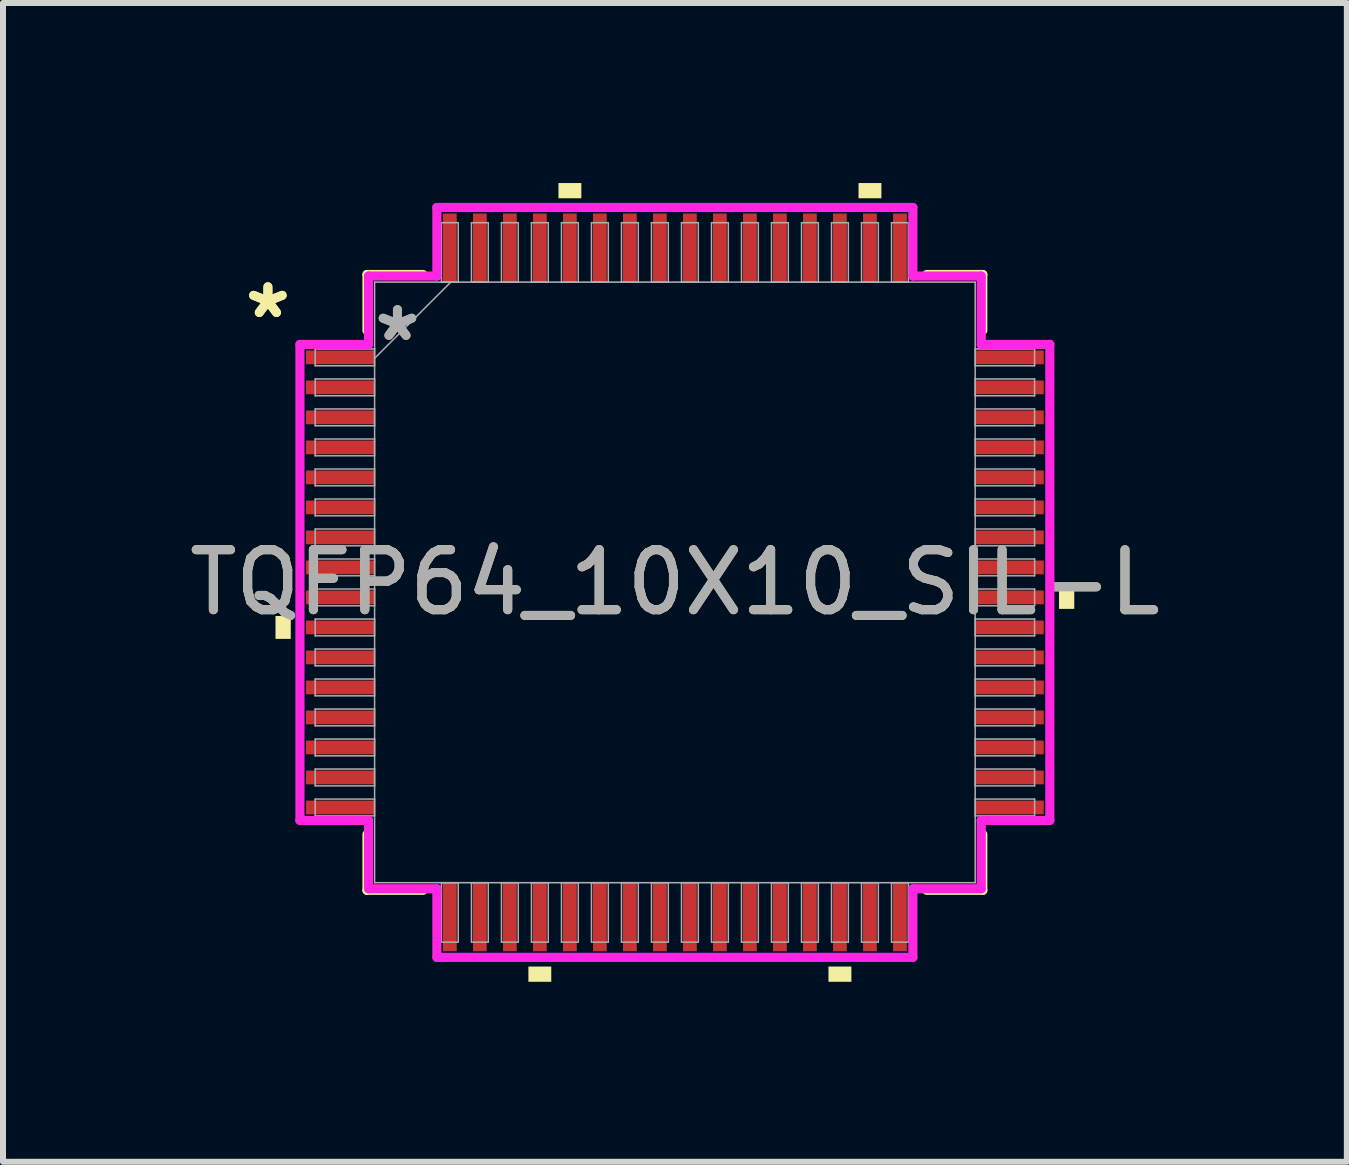
<source format=kicad_pcb>
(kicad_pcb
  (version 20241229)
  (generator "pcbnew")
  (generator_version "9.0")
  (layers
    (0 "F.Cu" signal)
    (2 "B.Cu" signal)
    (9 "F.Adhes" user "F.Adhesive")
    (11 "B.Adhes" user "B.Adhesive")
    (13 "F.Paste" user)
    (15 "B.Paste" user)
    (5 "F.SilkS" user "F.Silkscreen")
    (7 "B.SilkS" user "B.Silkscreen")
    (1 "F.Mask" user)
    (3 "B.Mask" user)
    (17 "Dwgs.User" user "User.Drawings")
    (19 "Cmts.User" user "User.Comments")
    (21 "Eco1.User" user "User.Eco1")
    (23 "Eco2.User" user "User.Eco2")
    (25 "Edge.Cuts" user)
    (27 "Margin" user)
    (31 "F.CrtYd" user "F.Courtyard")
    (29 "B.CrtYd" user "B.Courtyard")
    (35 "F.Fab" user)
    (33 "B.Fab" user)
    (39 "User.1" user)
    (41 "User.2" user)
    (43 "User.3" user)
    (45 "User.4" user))
  (footprint "TQFP64_10X10_SIL-L"
    (layer "F.Cu")
    (at 8.196 6.655)
    (property "Reference" "TQFP64_10X10_SIL-L" (at 0 0 0) (unlocked yes) (layer "F.SilkS") (effects (font (size 1 1) (thickness 0.15))))
    (attr smd)
    (fp_line (start -5.131 -5.131) (end -5.131 -4.197) (stroke (width 0.152) (type solid)) (layer "F.SilkS"))
    (fp_line (start -5.131 4.197) (end -5.131 5.131) (stroke (width 0.152) (type solid)) (layer "F.SilkS"))
    (fp_line (start -5.131 5.131) (end -4.197 5.131) (stroke (width 0.152) (type solid)) (layer "F.SilkS"))
    (fp_line (start -4.197 -5.131) (end -5.131 -5.131) (stroke (width 0.152) (type solid)) (layer "F.SilkS"))
    (fp_line (start 4.197 5.131) (end 5.131 5.131) (stroke (width 0.152) (type solid)) (layer "F.SilkS"))
    (fp_line (start 5.131 -5.131) (end 4.197 -5.131) (stroke (width 0.152) (type solid)) (layer "F.SilkS"))
    (fp_line (start 5.131 -4.197) (end 5.131 -5.131) (stroke (width 0.152) (type solid)) (layer "F.SilkS"))
    (fp_line (start 5.131 5.131) (end 5.131 4.197) (stroke (width 0.152) (type solid)) (layer "F.SilkS"))
    (fp_poly (pts (xy -6.655 0.56) (xy -6.655 0.941) (xy -6.401 0.941) (xy -6.401 0.56)) (stroke (width 0) (type solid)) (fill yes) (layer "F.SilkS"))
    (fp_poly (pts (xy -2.441 6.401) (xy -2.441 6.655) (xy -2.06 6.655) (xy -2.06 6.401)) (stroke (width 0) (type solid)) (fill yes) (layer "F.SilkS"))
    (fp_poly (pts (xy -1.94 -6.401) (xy -1.94 -6.655) (xy -1.559 -6.655) (xy -1.559 -6.401)) (stroke (width 0) (type solid)) (fill yes) (layer "F.SilkS"))
    (fp_poly (pts (xy 2.559 6.401) (xy 2.559 6.655) (xy 2.941 6.655) (xy 2.941 6.401)) (stroke (width 0) (type solid)) (fill yes) (layer "F.SilkS"))
    (fp_poly (pts (xy 3.06 -6.401) (xy 3.06 -6.655) (xy 3.441 -6.655) (xy 3.441 -6.401)) (stroke (width 0) (type solid)) (fill yes) (layer "F.SilkS"))
    (fp_poly (pts (xy 6.655 0.059) (xy 6.655 0.441) (xy 6.401 0.441) (xy 6.401 0.059)) (stroke (width 0) (type solid)) (fill yes) (layer "F.SilkS"))
    (fp_line (start -6.248 -3.966) (end -5.105 -3.966) (stroke (width 0.152) (type solid)) (layer "F.CrtYd"))
    (fp_line (start -6.248 3.966) (end -6.248 -3.966) (stroke (width 0.152) (type solid)) (layer "F.CrtYd"))
    (fp_line (start -5.105 -5.105) (end -3.966 -5.105) (stroke (width 0.152) (type solid)) (layer "F.CrtYd"))
    (fp_line (start -5.105 -3.966) (end -5.105 -5.105) (stroke (width 0.152) (type solid)) (layer "F.CrtYd"))
    (fp_line (start -5.105 3.966) (end -6.248 3.966) (stroke (width 0.152) (type solid)) (layer "F.CrtYd"))
    (fp_line (start -5.105 5.105) (end -5.105 3.966) (stroke (width 0.152) (type solid)) (layer "F.CrtYd"))
    (fp_line (start -5.105 5.105) (end -3.966 5.105) (stroke (width 0.152) (type solid)) (layer "F.CrtYd"))
    (fp_line (start -3.966 -6.248) (end 3.966 -6.248) (stroke (width 0.152) (type solid)) (layer "F.CrtYd"))
    (fp_line (start -3.966 -5.105) (end -3.966 -6.248) (stroke (width 0.152) (type solid)) (layer "F.CrtYd"))
    (fp_line (start -3.966 5.105) (end -3.966 6.248) (stroke (width 0.152) (type solid)) (layer "F.CrtYd"))
    (fp_line (start -3.966 6.248) (end 3.966 6.248) (stroke (width 0.152) (type solid)) (layer "F.CrtYd"))
    (fp_line (start 3.966 -6.248) (end 3.966 -5.105) (stroke (width 0.152) (type solid)) (layer "F.CrtYd"))
    (fp_line (start 3.966 -5.105) (end 5.105 -5.105) (stroke (width 0.152) (type solid)) (layer "F.CrtYd"))
    (fp_line (start 3.966 5.105) (end 5.105 5.105) (stroke (width 0.152) (type solid)) (layer "F.CrtYd"))
    (fp_line (start 3.966 6.248) (end 3.966 5.105) (stroke (width 0.152) (type solid)) (layer "F.CrtYd"))
    (fp_line (start 5.105 -3.966) (end 5.105 -5.105) (stroke (width 0.152) (type solid)) (layer "F.CrtYd"))
    (fp_line (start 5.105 3.966) (end 6.248 3.966) (stroke (width 0.152) (type solid)) (layer "F.CrtYd"))
    (fp_line (start 5.105 5.105) (end 5.105 3.966) (stroke (width 0.152) (type solid)) (layer "F.CrtYd"))
    (fp_line (start 6.248 -3.966) (end 5.105 -3.966) (stroke (width 0.152) (type solid)) (layer "F.CrtYd"))
    (fp_line (start 6.248 3.966) (end 6.248 -3.966) (stroke (width 0.152) (type solid)) (layer "F.CrtYd"))
    (fp_line (start -5.994 -3.89) (end -5.994 -3.61) (stroke (width 0.025) (type solid)) (layer "F.Fab"))
    (fp_line (start -5.994 -3.61) (end -5.004 -3.61) (stroke (width 0.025) (type solid)) (layer "F.Fab"))
    (fp_line (start -5.994 -3.39) (end -5.994 -3.11) (stroke (width 0.025) (type solid)) (layer "F.Fab"))
    (fp_line (start -5.994 -3.11) (end -5.004 -3.11) (stroke (width 0.025) (type solid)) (layer "F.Fab"))
    (fp_line (start -5.994 -2.89) (end -5.994 -2.61) (stroke (width 0.025) (type solid)) (layer "F.Fab"))
    (fp_line (start -5.994 -2.61) (end -5.004 -2.61) (stroke (width 0.025) (type solid)) (layer "F.Fab"))
    (fp_line (start -5.994 -2.39) (end -5.994 -2.11) (stroke (width 0.025) (type solid)) (layer "F.Fab"))
    (fp_line (start -5.994 -2.11) (end -5.004 -2.11) (stroke (width 0.025) (type solid)) (layer "F.Fab"))
    (fp_line (start -5.994 -1.89) (end -5.994 -1.61) (stroke (width 0.025) (type solid)) (layer "F.Fab"))
    (fp_line (start -5.994 -1.61) (end -5.004 -1.61) (stroke (width 0.025) (type solid)) (layer "F.Fab"))
    (fp_line (start -5.994 -1.39) (end -5.994 -1.11) (stroke (width 0.025) (type solid)) (layer "F.Fab"))
    (fp_line (start -5.994 -1.11) (end -5.004 -1.11) (stroke (width 0.025) (type solid)) (layer "F.Fab"))
    (fp_line (start -5.994 -0.89) (end -5.994 -0.61) (stroke (width 0.025) (type solid)) (layer "F.Fab"))
    (fp_line (start -5.994 -0.61) (end -5.004 -0.61) (stroke (width 0.025) (type solid)) (layer "F.Fab"))
    (fp_line (start -5.994 -0.39) (end -5.994 -0.11) (stroke (width 0.025) (type solid)) (layer "F.Fab"))
    (fp_line (start -5.994 -0.11) (end -5.004 -0.11) (stroke (width 0.025) (type solid)) (layer "F.Fab"))
    (fp_line (start -5.994 0.11) (end -5.994 0.39) (stroke (width 0.025) (type solid)) (layer "F.Fab"))
    (fp_line (start -5.994 0.39) (end -5.004 0.39) (stroke (width 0.025) (type solid)) (layer "F.Fab"))
    (fp_line (start -5.994 0.61) (end -5.994 0.89) (stroke (width 0.025) (type solid)) (layer "F.Fab"))
    (fp_line (start -5.994 0.89) (end -5.004 0.89) (stroke (width 0.025) (type solid)) (layer "F.Fab"))
    (fp_line (start -5.994 1.11) (end -5.994 1.39) (stroke (width 0.025) (type solid)) (layer "F.Fab"))
    (fp_line (start -5.994 1.39) (end -5.004 1.39) (stroke (width 0.025) (type solid)) (layer "F.Fab"))
    (fp_line (start -5.994 1.61) (end -5.994 1.89) (stroke (width 0.025) (type solid)) (layer "F.Fab"))
    (fp_line (start -5.994 1.89) (end -5.004 1.89) (stroke (width 0.025) (type solid)) (layer "F.Fab"))
    (fp_line (start -5.994 2.11) (end -5.994 2.39) (stroke (width 0.025) (type solid)) (layer "F.Fab"))
    (fp_line (start -5.994 2.39) (end -5.004 2.39) (stroke (width 0.025) (type solid)) (layer "F.Fab"))
    (fp_line (start -5.994 2.61) (end -5.994 2.89) (stroke (width 0.025) (type solid)) (layer "F.Fab"))
    (fp_line (start -5.994 2.89) (end -5.004 2.89) (stroke (width 0.025) (type solid)) (layer "F.Fab"))
    (fp_line (start -5.994 3.11) (end -5.994 3.39) (stroke (width 0.025) (type solid)) (layer "F.Fab"))
    (fp_line (start -5.994 3.39) (end -5.004 3.39) (stroke (width 0.025) (type solid)) (layer "F.Fab"))
    (fp_line (start -5.994 3.61) (end -5.994 3.89) (stroke (width 0.025) (type solid)) (layer "F.Fab"))
    (fp_line (start -5.994 3.89) (end -5.004 3.89) (stroke (width 0.025) (type solid)) (layer "F.Fab"))
    (fp_line (start -5.004 -5.004) (end -5.004 5.004) (stroke (width 0.025) (type solid)) (layer "F.Fab"))
    (fp_line (start -5.004 -3.89) (end -5.994 -3.89) (stroke (width 0.025) (type solid)) (layer "F.Fab"))
    (fp_line (start -5.004 -3.734) (end -3.734 -5.004) (stroke (width 0.025) (type solid)) (layer "F.Fab"))
    (fp_line (start -5.004 -3.61) (end -5.004 -3.89) (stroke (width 0.025) (type solid)) (layer "F.Fab"))
    (fp_line (start -5.004 -3.39) (end -5.994 -3.39) (stroke (width 0.025) (type solid)) (layer "F.Fab"))
    (fp_line (start -5.004 -3.11) (end -5.004 -3.39) (stroke (width 0.025) (type solid)) (layer "F.Fab"))
    (fp_line (start -5.004 -2.89) (end -5.994 -2.89) (stroke (width 0.025) (type solid)) (layer "F.Fab"))
    (fp_line (start -5.004 -2.61) (end -5.004 -2.89) (stroke (width 0.025) (type solid)) (layer "F.Fab"))
    (fp_line (start -5.004 -2.39) (end -5.994 -2.39) (stroke (width 0.025) (type solid)) (layer "F.Fab"))
    (fp_line (start -5.004 -2.11) (end -5.004 -2.39) (stroke (width 0.025) (type solid)) (layer "F.Fab"))
    (fp_line (start -5.004 -1.89) (end -5.994 -1.89) (stroke (width 0.025) (type solid)) (layer "F.Fab"))
    (fp_line (start -5.004 -1.61) (end -5.004 -1.89) (stroke (width 0.025) (type solid)) (layer "F.Fab"))
    (fp_line (start -5.004 -1.39) (end -5.994 -1.39) (stroke (width 0.025) (type solid)) (layer "F.Fab"))
    (fp_line (start -5.004 -1.11) (end -5.004 -1.39) (stroke (width 0.025) (type solid)) (layer "F.Fab"))
    (fp_line (start -5.004 -0.89) (end -5.994 -0.89) (stroke (width 0.025) (type solid)) (layer "F.Fab"))
    (fp_line (start -5.004 -0.61) (end -5.004 -0.89) (stroke (width 0.025) (type solid)) (layer "F.Fab"))
    (fp_line (start -5.004 -0.39) (end -5.994 -0.39) (stroke (width 0.025) (type solid)) (layer "F.Fab"))
    (fp_line (start -5.004 -0.11) (end -5.004 -0.39) (stroke (width 0.025) (type solid)) (layer "F.Fab"))
    (fp_line (start -5.004 0.11) (end -5.994 0.11) (stroke (width 0.025) (type solid)) (layer "F.Fab"))
    (fp_line (start -5.004 0.39) (end -5.004 0.11) (stroke (width 0.025) (type solid)) (layer "F.Fab"))
    (fp_line (start -5.004 0.61) (end -5.994 0.61) (stroke (width 0.025) (type solid)) (layer "F.Fab"))
    (fp_line (start -5.004 0.89) (end -5.004 0.61) (stroke (width 0.025) (type solid)) (layer "F.Fab"))
    (fp_line (start -5.004 1.11) (end -5.994 1.11) (stroke (width 0.025) (type solid)) (layer "F.Fab"))
    (fp_line (start -5.004 1.39) (end -5.004 1.11) (stroke (width 0.025) (type solid)) (layer "F.Fab"))
    (fp_line (start -5.004 1.61) (end -5.994 1.61) (stroke (width 0.025) (type solid)) (layer "F.Fab"))
    (fp_line (start -5.004 1.89) (end -5.004 1.61) (stroke (width 0.025) (type solid)) (layer "F.Fab"))
    (fp_line (start -5.004 2.11) (end -5.994 2.11) (stroke (width 0.025) (type solid)) (layer "F.Fab"))
    (fp_line (start -5.004 2.39) (end -5.004 2.11) (stroke (width 0.025) (type solid)) (layer "F.Fab"))
    (fp_line (start -5.004 2.61) (end -5.994 2.61) (stroke (width 0.025) (type solid)) (layer "F.Fab"))
    (fp_line (start -5.004 2.89) (end -5.004 2.61) (stroke (width 0.025) (type solid)) (layer "F.Fab"))
    (fp_line (start -5.004 3.11) (end -5.994 3.11) (stroke (width 0.025) (type solid)) (layer "F.Fab"))
    (fp_line (start -5.004 3.39) (end -5.004 3.11) (stroke (width 0.025) (type solid)) (layer "F.Fab"))
    (fp_line (start -5.004 3.61) (end -5.994 3.61) (stroke (width 0.025) (type solid)) (layer "F.Fab"))
    (fp_line (start -5.004 3.89) (end -5.004 3.61) (stroke (width 0.025) (type solid)) (layer "F.Fab"))
    (fp_line (start -5.004 5.004) (end 5.004 5.004) (stroke (width 0.025) (type solid)) (layer "F.Fab"))
    (fp_line (start -3.89 -5.994) (end -3.89 -5.004) (stroke (width 0.025) (type solid)) (layer "F.Fab"))
    (fp_line (start -3.89 -5.004) (end -3.61 -5.004) (stroke (width 0.025) (type solid)) (layer "F.Fab"))
    (fp_line (start -3.89 5.004) (end -3.89 5.994) (stroke (width 0.025) (type solid)) (layer "F.Fab"))
    (fp_line (start -3.89 5.994) (end -3.61 5.994) (stroke (width 0.025) (type solid)) (layer "F.Fab"))
    (fp_line (start -3.61 -5.994) (end -3.89 -5.994) (stroke (width 0.025) (type solid)) (layer "F.Fab"))
    (fp_line (start -3.61 -5.004) (end -3.61 -5.994) (stroke (width 0.025) (type solid)) (layer "F.Fab"))
    (fp_line (start -3.61 5.004) (end -3.89 5.004) (stroke (width 0.025) (type solid)) (layer "F.Fab"))
    (fp_line (start -3.61 5.994) (end -3.61 5.004) (stroke (width 0.025) (type solid)) (layer "F.Fab"))
    (fp_line (start -3.39 -5.994) (end -3.39 -5.004) (stroke (width 0.025) (type solid)) (layer "F.Fab"))
    (fp_line (start -3.39 -5.004) (end -3.11 -5.004) (stroke (width 0.025) (type solid)) (layer "F.Fab"))
    (fp_line (start -3.39 5.004) (end -3.39 5.994) (stroke (width 0.025) (type solid)) (layer "F.Fab"))
    (fp_line (start -3.39 5.994) (end -3.11 5.994) (stroke (width 0.025) (type solid)) (layer "F.Fab"))
    (fp_line (start -3.11 -5.994) (end -3.39 -5.994) (stroke (width 0.025) (type solid)) (layer "F.Fab"))
    (fp_line (start -3.11 -5.004) (end -3.11 -5.994) (stroke (width 0.025) (type solid)) (layer "F.Fab"))
    (fp_line (start -3.11 5.004) (end -3.39 5.004) (stroke (width 0.025) (type solid)) (layer "F.Fab"))
    (fp_line (start -3.11 5.994) (end -3.11 5.004) (stroke (width 0.025) (type solid)) (layer "F.Fab"))
    (fp_line (start -2.89 -5.994) (end -2.89 -5.004) (stroke (width 0.025) (type solid)) (layer "F.Fab"))
    (fp_line (start -2.89 -5.004) (end -2.61 -5.004) (stroke (width 0.025) (type solid)) (layer "F.Fab"))
    (fp_line (start -2.89 5.004) (end -2.89 5.994) (stroke (width 0.025) (type solid)) (layer "F.Fab"))
    (fp_line (start -2.89 5.994) (end -2.61 5.994) (stroke (width 0.025) (type solid)) (layer "F.Fab"))
    (fp_line (start -2.61 -5.994) (end -2.89 -5.994) (stroke (width 0.025) (type solid)) (layer "F.Fab"))
    (fp_line (start -2.61 -5.004) (end -2.61 -5.994) (stroke (width 0.025) (type solid)) (layer "F.Fab"))
    (fp_line (start -2.61 5.004) (end -2.89 5.004) (stroke (width 0.025) (type solid)) (layer "F.Fab"))
    (fp_line (start -2.61 5.994) (end -2.61 5.004) (stroke (width 0.025) (type solid)) (layer "F.Fab"))
    (fp_line (start -2.39 -5.994) (end -2.39 -5.004) (stroke (width 0.025) (type solid)) (layer "F.Fab"))
    (fp_line (start -2.39 -5.004) (end -2.11 -5.004) (stroke (width 0.025) (type solid)) (layer "F.Fab"))
    (fp_line (start -2.39 5.004) (end -2.39 5.994) (stroke (width 0.025) (type solid)) (layer "F.Fab"))
    (fp_line (start -2.39 5.994) (end -2.11 5.994) (stroke (width 0.025) (type solid)) (layer "F.Fab"))
    (fp_line (start -2.11 -5.994) (end -2.39 -5.994) (stroke (width 0.025) (type solid)) (layer "F.Fab"))
    (fp_line (start -2.11 -5.004) (end -2.11 -5.994) (stroke (width 0.025) (type solid)) (layer "F.Fab"))
    (fp_line (start -2.11 5.004) (end -2.39 5.004) (stroke (width 0.025) (type solid)) (layer "F.Fab"))
    (fp_line (start -2.11 5.994) (end -2.11 5.004) (stroke (width 0.025) (type solid)) (layer "F.Fab"))
    (fp_line (start -1.89 -5.994) (end -1.89 -5.004) (stroke (width 0.025) (type solid)) (layer "F.Fab"))
    (fp_line (start -1.89 -5.004) (end -1.61 -5.004) (stroke (width 0.025) (type solid)) (layer "F.Fab"))
    (fp_line (start -1.89 5.004) (end -1.89 5.994) (stroke (width 0.025) (type solid)) (layer "F.Fab"))
    (fp_line (start -1.89 5.994) (end -1.61 5.994) (stroke (width 0.025) (type solid)) (layer "F.Fab"))
    (fp_line (start -1.61 -5.994) (end -1.89 -5.994) (stroke (width 0.025) (type solid)) (layer "F.Fab"))
    (fp_line (start -1.61 -5.004) (end -1.61 -5.994) (stroke (width 0.025) (type solid)) (layer "F.Fab"))
    (fp_line (start -1.61 5.004) (end -1.89 5.004) (stroke (width 0.025) (type solid)) (layer "F.Fab"))
    (fp_line (start -1.61 5.994) (end -1.61 5.004) (stroke (width 0.025) (type solid)) (layer "F.Fab"))
    (fp_line (start -1.39 -5.994) (end -1.39 -5.004) (stroke (width 0.025) (type solid)) (layer "F.Fab"))
    (fp_line (start -1.39 -5.004) (end -1.11 -5.004) (stroke (width 0.025) (type solid)) (layer "F.Fab"))
    (fp_line (start -1.39 5.004) (end -1.39 5.994) (stroke (width 0.025) (type solid)) (layer "F.Fab"))
    (fp_line (start -1.39 5.994) (end -1.11 5.994) (stroke (width 0.025) (type solid)) (layer "F.Fab"))
    (fp_line (start -1.11 -5.994) (end -1.39 -5.994) (stroke (width 0.025) (type solid)) (layer "F.Fab"))
    (fp_line (start -1.11 -5.004) (end -1.11 -5.994) (stroke (width 0.025) (type solid)) (layer "F.Fab"))
    (fp_line (start -1.11 5.004) (end -1.39 5.004) (stroke (width 0.025) (type solid)) (layer "F.Fab"))
    (fp_line (start -1.11 5.994) (end -1.11 5.004) (stroke (width 0.025) (type solid)) (layer "F.Fab"))
    (fp_line (start -0.89 -5.994) (end -0.89 -5.004) (stroke (width 0.025) (type solid)) (layer "F.Fab"))
    (fp_line (start -0.89 -5.004) (end -0.61 -5.004) (stroke (width 0.025) (type solid)) (layer "F.Fab"))
    (fp_line (start -0.89 5.004) (end -0.89 5.994) (stroke (width 0.025) (type solid)) (layer "F.Fab"))
    (fp_line (start -0.89 5.994) (end -0.61 5.994) (stroke (width 0.025) (type solid)) (layer "F.Fab"))
    (fp_line (start -0.61 -5.994) (end -0.89 -5.994) (stroke (width 0.025) (type solid)) (layer "F.Fab"))
    (fp_line (start -0.61 -5.004) (end -0.61 -5.994) (stroke (width 0.025) (type solid)) (layer "F.Fab"))
    (fp_line (start -0.61 5.004) (end -0.89 5.004) (stroke (width 0.025) (type solid)) (layer "F.Fab"))
    (fp_line (start -0.61 5.994) (end -0.61 5.004) (stroke (width 0.025) (type solid)) (layer "F.Fab"))
    (fp_line (start -0.39 -5.994) (end -0.39 -5.004) (stroke (width 0.025) (type solid)) (layer "F.Fab"))
    (fp_line (start -0.39 -5.004) (end -0.11 -5.004) (stroke (width 0.025) (type solid)) (layer "F.Fab"))
    (fp_line (start -0.39 5.004) (end -0.39 5.994) (stroke (width 0.025) (type solid)) (layer "F.Fab"))
    (fp_line (start -0.39 5.994) (end -0.11 5.994) (stroke (width 0.025) (type solid)) (layer "F.Fab"))
    (fp_line (start -0.11 -5.994) (end -0.39 -5.994) (stroke (width 0.025) (type solid)) (layer "F.Fab"))
    (fp_line (start -0.11 -5.004) (end -0.11 -5.994) (stroke (width 0.025) (type solid)) (layer "F.Fab"))
    (fp_line (start -0.11 5.004) (end -0.39 5.004) (stroke (width 0.025) (type solid)) (layer "F.Fab"))
    (fp_line (start -0.11 5.994) (end -0.11 5.004) (stroke (width 0.025) (type solid)) (layer "F.Fab"))
    (fp_line (start 0.11 -5.994) (end 0.11 -5.004) (stroke (width 0.025) (type solid)) (layer "F.Fab"))
    (fp_line (start 0.11 -5.004) (end 0.39 -5.004) (stroke (width 0.025) (type solid)) (layer "F.Fab"))
    (fp_line (start 0.11 5.004) (end 0.11 5.994) (stroke (width 0.025) (type solid)) (layer "F.Fab"))
    (fp_line (start 0.11 5.994) (end 0.39 5.994) (stroke (width 0.025) (type solid)) (layer "F.Fab"))
    (fp_line (start 0.39 -5.994) (end 0.11 -5.994) (stroke (width 0.025) (type solid)) (layer "F.Fab"))
    (fp_line (start 0.39 -5.004) (end 0.39 -5.994) (stroke (width 0.025) (type solid)) (layer "F.Fab"))
    (fp_line (start 0.39 5.004) (end 0.11 5.004) (stroke (width 0.025) (type solid)) (layer "F.Fab"))
    (fp_line (start 0.39 5.994) (end 0.39 5.004) (stroke (width 0.025) (type solid)) (layer "F.Fab"))
    (fp_line (start 0.61 -5.994) (end 0.61 -5.004) (stroke (width 0.025) (type solid)) (layer "F.Fab"))
    (fp_line (start 0.61 -5.004) (end 0.89 -5.004) (stroke (width 0.025) (type solid)) (layer "F.Fab"))
    (fp_line (start 0.61 5.004) (end 0.61 5.994) (stroke (width 0.025) (type solid)) (layer "F.Fab"))
    (fp_line (start 0.61 5.994) (end 0.89 5.994) (stroke (width 0.025) (type solid)) (layer "F.Fab"))
    (fp_line (start 0.89 -5.994) (end 0.61 -5.994) (stroke (width 0.025) (type solid)) (layer "F.Fab"))
    (fp_line (start 0.89 -5.004) (end 0.89 -5.994) (stroke (width 0.025) (type solid)) (layer "F.Fab"))
    (fp_line (start 0.89 5.004) (end 0.61 5.004) (stroke (width 0.025) (type solid)) (layer "F.Fab"))
    (fp_line (start 0.89 5.994) (end 0.89 5.004) (stroke (width 0.025) (type solid)) (layer "F.Fab"))
    (fp_line (start 1.11 -5.994) (end 1.11 -5.004) (stroke (width 0.025) (type solid)) (layer "F.Fab"))
    (fp_line (start 1.11 -5.004) (end 1.39 -5.004) (stroke (width 0.025) (type solid)) (layer "F.Fab"))
    (fp_line (start 1.11 5.004) (end 1.11 5.994) (stroke (width 0.025) (type solid)) (layer "F.Fab"))
    (fp_line (start 1.11 5.994) (end 1.39 5.994) (stroke (width 0.025) (type solid)) (layer "F.Fab"))
    (fp_line (start 1.39 -5.994) (end 1.11 -5.994) (stroke (width 0.025) (type solid)) (layer "F.Fab"))
    (fp_line (start 1.39 -5.004) (end 1.39 -5.994) (stroke (width 0.025) (type solid)) (layer "F.Fab"))
    (fp_line (start 1.39 5.004) (end 1.11 5.004) (stroke (width 0.025) (type solid)) (layer "F.Fab"))
    (fp_line (start 1.39 5.994) (end 1.39 5.004) (stroke (width 0.025) (type solid)) (layer "F.Fab"))
    (fp_line (start 1.61 -5.994) (end 1.61 -5.004) (stroke (width 0.025) (type solid)) (layer "F.Fab"))
    (fp_line (start 1.61 -5.004) (end 1.89 -5.004) (stroke (width 0.025) (type solid)) (layer "F.Fab"))
    (fp_line (start 1.61 5.004) (end 1.61 5.994) (stroke (width 0.025) (type solid)) (layer "F.Fab"))
    (fp_line (start 1.61 5.994) (end 1.89 5.994) (stroke (width 0.025) (type solid)) (layer "F.Fab"))
    (fp_line (start 1.89 -5.994) (end 1.61 -5.994) (stroke (width 0.025) (type solid)) (layer "F.Fab"))
    (fp_line (start 1.89 -5.004) (end 1.89 -5.994) (stroke (width 0.025) (type solid)) (layer "F.Fab"))
    (fp_line (start 1.89 5.004) (end 1.61 5.004) (stroke (width 0.025) (type solid)) (layer "F.Fab"))
    (fp_line (start 1.89 5.994) (end 1.89 5.004) (stroke (width 0.025) (type solid)) (layer "F.Fab"))
    (fp_line (start 2.11 -5.994) (end 2.11 -5.004) (stroke (width 0.025) (type solid)) (layer "F.Fab"))
    (fp_line (start 2.11 -5.004) (end 2.39 -5.004) (stroke (width 0.025) (type solid)) (layer "F.Fab"))
    (fp_line (start 2.11 5.004) (end 2.11 5.994) (stroke (width 0.025) (type solid)) (layer "F.Fab"))
    (fp_line (start 2.11 5.994) (end 2.39 5.994) (stroke (width 0.025) (type solid)) (layer "F.Fab"))
    (fp_line (start 2.39 -5.994) (end 2.11 -5.994) (stroke (width 0.025) (type solid)) (layer "F.Fab"))
    (fp_line (start 2.39 -5.004) (end 2.39 -5.994) (stroke (width 0.025) (type solid)) (layer "F.Fab"))
    (fp_line (start 2.39 5.004) (end 2.11 5.004) (stroke (width 0.025) (type solid)) (layer "F.Fab"))
    (fp_line (start 2.39 5.994) (end 2.39 5.004) (stroke (width 0.025) (type solid)) (layer "F.Fab"))
    (fp_line (start 2.61 -5.994) (end 2.61 -5.004) (stroke (width 0.025) (type solid)) (layer "F.Fab"))
    (fp_line (start 2.61 -5.004) (end 2.89 -5.004) (stroke (width 0.025) (type solid)) (layer "F.Fab"))
    (fp_line (start 2.61 5.004) (end 2.61 5.994) (stroke (width 0.025) (type solid)) (layer "F.Fab"))
    (fp_line (start 2.61 5.994) (end 2.89 5.994) (stroke (width 0.025) (type solid)) (layer "F.Fab"))
    (fp_line (start 2.89 -5.994) (end 2.61 -5.994) (stroke (width 0.025) (type solid)) (layer "F.Fab"))
    (fp_line (start 2.89 -5.004) (end 2.89 -5.994) (stroke (width 0.025) (type solid)) (layer "F.Fab"))
    (fp_line (start 2.89 5.004) (end 2.61 5.004) (stroke (width 0.025) (type solid)) (layer "F.Fab"))
    (fp_line (start 2.89 5.994) (end 2.89 5.004) (stroke (width 0.025) (type solid)) (layer "F.Fab"))
    (fp_line (start 3.11 -5.994) (end 3.11 -5.004) (stroke (width 0.025) (type solid)) (layer "F.Fab"))
    (fp_line (start 3.11 -5.004) (end 3.39 -5.004) (stroke (width 0.025) (type solid)) (layer "F.Fab"))
    (fp_line (start 3.11 5.004) (end 3.11 5.994) (stroke (width 0.025) (type solid)) (layer "F.Fab"))
    (fp_line (start 3.11 5.994) (end 3.39 5.994) (stroke (width 0.025) (type solid)) (layer "F.Fab"))
    (fp_line (start 3.39 -5.994) (end 3.11 -5.994) (stroke (width 0.025) (type solid)) (layer "F.Fab"))
    (fp_line (start 3.39 -5.004) (end 3.39 -5.994) (stroke (width 0.025) (type solid)) (layer "F.Fab"))
    (fp_line (start 3.39 5.004) (end 3.11 5.004) (stroke (width 0.025) (type solid)) (layer "F.Fab"))
    (fp_line (start 3.39 5.994) (end 3.39 5.004) (stroke (width 0.025) (type solid)) (layer "F.Fab"))
    (fp_line (start 3.61 -5.994) (end 3.61 -5.004) (stroke (width 0.025) (type solid)) (layer "F.Fab"))
    (fp_line (start 3.61 -5.004) (end 3.89 -5.004) (stroke (width 0.025) (type solid)) (layer "F.Fab"))
    (fp_line (start 3.61 5.004) (end 3.61 5.994) (stroke (width 0.025) (type solid)) (layer "F.Fab"))
    (fp_line (start 3.61 5.994) (end 3.89 5.994) (stroke (width 0.025) (type solid)) (layer "F.Fab"))
    (fp_line (start 3.89 -5.994) (end 3.61 -5.994) (stroke (width 0.025) (type solid)) (layer "F.Fab"))
    (fp_line (start 3.89 -5.004) (end 3.89 -5.994) (stroke (width 0.025) (type solid)) (layer "F.Fab"))
    (fp_line (start 3.89 5.004) (end 3.61 5.004) (stroke (width 0.025) (type solid)) (layer "F.Fab"))
    (fp_line (start 3.89 5.994) (end 3.89 5.004) (stroke (width 0.025) (type solid)) (layer "F.Fab"))
    (fp_line (start 5.004 -5.004) (end -5.004 -5.004) (stroke (width 0.025) (type solid)) (layer "F.Fab"))
    (fp_line (start 5.004 -3.89) (end 5.004 -3.61) (stroke (width 0.025) (type solid)) (layer "F.Fab"))
    (fp_line (start 5.004 -3.61) (end 5.994 -3.61) (stroke (width 0.025) (type solid)) (layer "F.Fab"))
    (fp_line (start 5.004 -3.39) (end 5.004 -3.11) (stroke (width 0.025) (type solid)) (layer "F.Fab"))
    (fp_line (start 5.004 -3.11) (end 5.994 -3.11) (stroke (width 0.025) (type solid)) (layer "F.Fab"))
    (fp_line (start 5.004 -2.89) (end 5.004 -2.61) (stroke (width 0.025) (type solid)) (layer "F.Fab"))
    (fp_line (start 5.004 -2.61) (end 5.994 -2.61) (stroke (width 0.025) (type solid)) (layer "F.Fab"))
    (fp_line (start 5.004 -2.39) (end 5.004 -2.11) (stroke (width 0.025) (type solid)) (layer "F.Fab"))
    (fp_line (start 5.004 -2.11) (end 5.994 -2.11) (stroke (width 0.025) (type solid)) (layer "F.Fab"))
    (fp_line (start 5.004 -1.89) (end 5.004 -1.61) (stroke (width 0.025) (type solid)) (layer "F.Fab"))
    (fp_line (start 5.004 -1.61) (end 5.994 -1.61) (stroke (width 0.025) (type solid)) (layer "F.Fab"))
    (fp_line (start 5.004 -1.39) (end 5.004 -1.11) (stroke (width 0.025) (type solid)) (layer "F.Fab"))
    (fp_line (start 5.004 -1.11) (end 5.994 -1.11) (stroke (width 0.025) (type solid)) (layer "F.Fab"))
    (fp_line (start 5.004 -0.89) (end 5.004 -0.61) (stroke (width 0.025) (type solid)) (layer "F.Fab"))
    (fp_line (start 5.004 -0.61) (end 5.994 -0.61) (stroke (width 0.025) (type solid)) (layer "F.Fab"))
    (fp_line (start 5.004 -0.39) (end 5.004 -0.11) (stroke (width 0.025) (type solid)) (layer "F.Fab"))
    (fp_line (start 5.004 -0.11) (end 5.994 -0.11) (stroke (width 0.025) (type solid)) (layer "F.Fab"))
    (fp_line (start 5.004 0.11) (end 5.004 0.39) (stroke (width 0.025) (type solid)) (layer "F.Fab"))
    (fp_line (start 5.004 0.39) (end 5.994 0.39) (stroke (width 0.025) (type solid)) (layer "F.Fab"))
    (fp_line (start 5.004 0.61) (end 5.004 0.89) (stroke (width 0.025) (type solid)) (layer "F.Fab"))
    (fp_line (start 5.004 0.89) (end 5.994 0.89) (stroke (width 0.025) (type solid)) (layer "F.Fab"))
    (fp_line (start 5.004 1.11) (end 5.004 1.39) (stroke (width 0.025) (type solid)) (layer "F.Fab"))
    (fp_line (start 5.004 1.39) (end 5.994 1.39) (stroke (width 0.025) (type solid)) (layer "F.Fab"))
    (fp_line (start 5.004 1.61) (end 5.004 1.89) (stroke (width 0.025) (type solid)) (layer "F.Fab"))
    (fp_line (start 5.004 1.89) (end 5.994 1.89) (stroke (width 0.025) (type solid)) (layer "F.Fab"))
    (fp_line (start 5.004 2.11) (end 5.004 2.39) (stroke (width 0.025) (type solid)) (layer "F.Fab"))
    (fp_line (start 5.004 2.39) (end 5.994 2.39) (stroke (width 0.025) (type solid)) (layer "F.Fab"))
    (fp_line (start 5.004 2.61) (end 5.004 2.89) (stroke (width 0.025) (type solid)) (layer "F.Fab"))
    (fp_line (start 5.004 2.89) (end 5.994 2.89) (stroke (width 0.025) (type solid)) (layer "F.Fab"))
    (fp_line (start 5.004 3.11) (end 5.004 3.39) (stroke (width 0.025) (type solid)) (layer "F.Fab"))
    (fp_line (start 5.004 3.39) (end 5.994 3.39) (stroke (width 0.025) (type solid)) (layer "F.Fab"))
    (fp_line (start 5.004 3.61) (end 5.004 3.89) (stroke (width 0.025) (type solid)) (layer "F.Fab"))
    (fp_line (start 5.004 3.89) (end 5.994 3.89) (stroke (width 0.025) (type solid)) (layer "F.Fab"))
    (fp_line (start 5.004 5.004) (end 5.004 -5.004) (stroke (width 0.025) (type solid)) (layer "F.Fab"))
    (fp_line (start 5.994 -3.89) (end 5.004 -3.89) (stroke (width 0.025) (type solid)) (layer "F.Fab"))
    (fp_line (start 5.994 -3.61) (end 5.994 -3.89) (stroke (width 0.025) (type solid)) (layer "F.Fab"))
    (fp_line (start 5.994 -3.39) (end 5.004 -3.39) (stroke (width 0.025) (type solid)) (layer "F.Fab"))
    (fp_line (start 5.994 -3.11) (end 5.994 -3.39) (stroke (width 0.025) (type solid)) (layer "F.Fab"))
    (fp_line (start 5.994 -2.89) (end 5.004 -2.89) (stroke (width 0.025) (type solid)) (layer "F.Fab"))
    (fp_line (start 5.994 -2.61) (end 5.994 -2.89) (stroke (width 0.025) (type solid)) (layer "F.Fab"))
    (fp_line (start 5.994 -2.39) (end 5.004 -2.39) (stroke (width 0.025) (type solid)) (layer "F.Fab"))
    (fp_line (start 5.994 -2.11) (end 5.994 -2.39) (stroke (width 0.025) (type solid)) (layer "F.Fab"))
    (fp_line (start 5.994 -1.89) (end 5.004 -1.89) (stroke (width 0.025) (type solid)) (layer "F.Fab"))
    (fp_line (start 5.994 -1.61) (end 5.994 -1.89) (stroke (width 0.025) (type solid)) (layer "F.Fab"))
    (fp_line (start 5.994 -1.39) (end 5.004 -1.39) (stroke (width 0.025) (type solid)) (layer "F.Fab"))
    (fp_line (start 5.994 -1.11) (end 5.994 -1.39) (stroke (width 0.025) (type solid)) (layer "F.Fab"))
    (fp_line (start 5.994 -0.89) (end 5.004 -0.89) (stroke (width 0.025) (type solid)) (layer "F.Fab"))
    (fp_line (start 5.994 -0.61) (end 5.994 -0.89) (stroke (width 0.025) (type solid)) (layer "F.Fab"))
    (fp_line (start 5.994 -0.39) (end 5.004 -0.39) (stroke (width 0.025) (type solid)) (layer "F.Fab"))
    (fp_line (start 5.994 -0.11) (end 5.994 -0.39) (stroke (width 0.025) (type solid)) (layer "F.Fab"))
    (fp_line (start 5.994 0.11) (end 5.004 0.11) (stroke (width 0.025) (type solid)) (layer "F.Fab"))
    (fp_line (start 5.994 0.39) (end 5.994 0.11) (stroke (width 0.025) (type solid)) (layer "F.Fab"))
    (fp_line (start 5.994 0.61) (end 5.004 0.61) (stroke (width 0.025) (type solid)) (layer "F.Fab"))
    (fp_line (start 5.994 0.89) (end 5.994 0.61) (stroke (width 0.025) (type solid)) (layer "F.Fab"))
    (fp_line (start 5.994 1.11) (end 5.004 1.11) (stroke (width 0.025) (type solid)) (layer "F.Fab"))
    (fp_line (start 5.994 1.39) (end 5.994 1.11) (stroke (width 0.025) (type solid)) (layer "F.Fab"))
    (fp_line (start 5.994 1.61) (end 5.004 1.61) (stroke (width 0.025) (type solid)) (layer "F.Fab"))
    (fp_line (start 5.994 1.89) (end 5.994 1.61) (stroke (width 0.025) (type solid)) (layer "F.Fab"))
    (fp_line (start 5.994 2.11) (end 5.004 2.11) (stroke (width 0.025) (type solid)) (layer "F.Fab"))
    (fp_line (start 5.994 2.39) (end 5.994 2.11) (stroke (width 0.025) (type solid)) (layer "F.Fab"))
    (fp_line (start 5.994 2.61) (end 5.004 2.61) (stroke (width 0.025) (type solid)) (layer "F.Fab"))
    (fp_line (start 5.994 2.89) (end 5.994 2.61) (stroke (width 0.025) (type solid)) (layer "F.Fab"))
    (fp_line (start 5.994 3.11) (end 5.004 3.11) (stroke (width 0.025) (type solid)) (layer "F.Fab"))
    (fp_line (start 5.994 3.39) (end 5.994 3.11) (stroke (width 0.025) (type solid)) (layer "F.Fab"))
    (fp_line (start 5.994 3.61) (end 5.004 3.61) (stroke (width 0.025) (type solid)) (layer "F.Fab"))
    (fp_line (start 5.994 3.89) (end 5.994 3.61) (stroke (width 0.025) (type solid)) (layer "F.Fab"))
    (fp_text user "*" (at -6.782 -4.381 0) (unlocked yes) (layer "F.SilkS") (effects (font (size 1 1) (thickness 0.15))))
    (fp_text user "*" (at -6.782 -4.381 0) (layer "F.SilkS") (effects (font (size 1 1) (thickness 0.15))))
    (fp_text user "*" (at -4.623 -4 0) (unlocked yes) (layer "F.Fab") (effects (font (size 1 1) (thickness 0.15))))
    (fp_text user "${REFERENCE}" (at 0 0 0) (unlocked yes) (layer "F.Fab") (effects (font (size 1 1) (thickness 0.15))))
    (fp_text user "*" (at -4.623 -4 0) (layer "F.Fab") (effects (font (size 1 1) (thickness 0.15))))
    (pad "1" smd rect (at -5.575 -3.75 90) (size 0.229 1.143) (layers "F.Cu" "F.Mask" "F.Paste"))
    (pad "2" smd rect (at -5.575 -3.25 90) (size 0.229 1.143) (layers "F.Cu" "F.Mask" "F.Paste"))
    (pad "3" smd rect (at -5.575 -2.75 90) (size 0.229 1.143) (layers "F.Cu" "F.Mask" "F.Paste"))
    (pad "4" smd rect (at -5.575 -2.25 90) (size 0.229 1.143) (layers "F.Cu" "F.Mask" "F.Paste"))
    (pad "5" smd rect (at -5.575 -1.75 90) (size 0.229 1.143) (layers "F.Cu" "F.Mask" "F.Paste"))
    (pad "6" smd rect (at -5.575 -1.25 90) (size 0.229 1.143) (layers "F.Cu" "F.Mask" "F.Paste"))
    (pad "7" smd rect (at -5.575 -0.75 90) (size 0.229 1.143) (layers "F.Cu" "F.Mask" "F.Paste"))
    (pad "8" smd rect (at -5.575 -0.25 90) (size 0.229 1.143) (layers "F.Cu" "F.Mask" "F.Paste"))
    (pad "9" smd rect (at -5.575 0.25 90) (size 0.229 1.143) (layers "F.Cu" "F.Mask" "F.Paste"))
    (pad "10" smd rect (at -5.575 0.75 90) (size 0.229 1.143) (layers "F.Cu" "F.Mask" "F.Paste"))
    (pad "11" smd rect (at -5.575 1.25 90) (size 0.229 1.143) (layers "F.Cu" "F.Mask" "F.Paste"))
    (pad "12" smd rect (at -5.575 1.75 90) (size 0.229 1.143) (layers "F.Cu" "F.Mask" "F.Paste"))
    (pad "13" smd rect (at -5.575 2.25 90) (size 0.229 1.143) (layers "F.Cu" "F.Mask" "F.Paste"))
    (pad "14" smd rect (at -5.575 2.75 90) (size 0.229 1.143) (layers "F.Cu" "F.Mask" "F.Paste"))
    (pad "15" smd rect (at -5.575 3.25 90) (size 0.229 1.143) (layers "F.Cu" "F.Mask" "F.Paste"))
    (pad "16" smd rect (at -5.575 3.75 90) (size 0.229 1.143) (layers "F.Cu" "F.Mask" "F.Paste"))
    (pad "17" smd rect (at -3.75 5.575) (size 0.229 1.143) (layers "F.Cu" "F.Mask" "F.Paste"))
    (pad "18" smd rect (at -3.25 5.575) (size 0.229 1.143) (layers "F.Cu" "F.Mask" "F.Paste"))
    (pad "19" smd rect (at -2.75 5.575) (size 0.229 1.143) (layers "F.Cu" "F.Mask" "F.Paste"))
    (pad "20" smd rect (at -2.25 5.575) (size 0.229 1.143) (layers "F.Cu" "F.Mask" "F.Paste"))
    (pad "21" smd rect (at -1.75 5.575) (size 0.229 1.143) (layers "F.Cu" "F.Mask" "F.Paste"))
    (pad "22" smd rect (at -1.25 5.575) (size 0.229 1.143) (layers "F.Cu" "F.Mask" "F.Paste"))
    (pad "23" smd rect (at -0.75 5.575) (size 0.229 1.143) (layers "F.Cu" "F.Mask" "F.Paste"))
    (pad "24" smd rect (at -0.25 5.575) (size 0.229 1.143) (layers "F.Cu" "F.Mask" "F.Paste"))
    (pad "25" smd rect (at 0.25 5.575) (size 0.229 1.143) (layers "F.Cu" "F.Mask" "F.Paste"))
    (pad "26" smd rect (at 0.75 5.575) (size 0.229 1.143) (layers "F.Cu" "F.Mask" "F.Paste"))
    (pad "27" smd rect (at 1.25 5.575) (size 0.229 1.143) (layers "F.Cu" "F.Mask" "F.Paste"))
    (pad "28" smd rect (at 1.75 5.575) (size 0.229 1.143) (layers "F.Cu" "F.Mask" "F.Paste"))
    (pad "29" smd rect (at 2.25 5.575) (size 0.229 1.143) (layers "F.Cu" "F.Mask" "F.Paste"))
    (pad "30" smd rect (at 2.75 5.575) (size 0.229 1.143) (layers "F.Cu" "F.Mask" "F.Paste"))
    (pad "31" smd rect (at 3.25 5.575) (size 0.229 1.143) (layers "F.Cu" "F.Mask" "F.Paste"))
    (pad "32" smd rect (at 3.75 5.575) (size 0.229 1.143) (layers "F.Cu" "F.Mask" "F.Paste"))
    (pad "33" smd rect (at 5.575 3.75 90) (size 0.229 1.143) (layers "F.Cu" "F.Mask" "F.Paste"))
    (pad "34" smd rect (at 5.575 3.25 90) (size 0.229 1.143) (layers "F.Cu" "F.Mask" "F.Paste"))
    (pad "35" smd rect (at 5.575 2.75 90) (size 0.229 1.143) (layers "F.Cu" "F.Mask" "F.Paste"))
    (pad "36" smd rect (at 5.575 2.25 90) (size 0.229 1.143) (layers "F.Cu" "F.Mask" "F.Paste"))
    (pad "37" smd rect (at 5.575 1.75 90) (size 0.229 1.143) (layers "F.Cu" "F.Mask" "F.Paste"))
    (pad "38" smd rect (at 5.575 1.25 90) (size 0.229 1.143) (layers "F.Cu" "F.Mask" "F.Paste"))
    (pad "39" smd rect (at 5.575 0.75 90) (size 0.229 1.143) (layers "F.Cu" "F.Mask" "F.Paste"))
    (pad "40" smd rect (at 5.575 0.25 90) (size 0.229 1.143) (layers "F.Cu" "F.Mask" "F.Paste"))
    (pad "41" smd rect (at 5.575 -0.25 90) (size 0.229 1.143) (layers "F.Cu" "F.Mask" "F.Paste"))
    (pad "42" smd rect (at 5.575 -0.75 90) (size 0.229 1.143) (layers "F.Cu" "F.Mask" "F.Paste"))
    (pad "43" smd rect (at 5.575 -1.25 90) (size 0.229 1.143) (layers "F.Cu" "F.Mask" "F.Paste"))
    (pad "44" smd rect (at 5.575 -1.75 90) (size 0.229 1.143) (layers "F.Cu" "F.Mask" "F.Paste"))
    (pad "45" smd rect (at 5.575 -2.25 90) (size 0.229 1.143) (layers "F.Cu" "F.Mask" "F.Paste"))
    (pad "46" smd rect (at 5.575 -2.75 90) (size 0.229 1.143) (layers "F.Cu" "F.Mask" "F.Paste"))
    (pad "47" smd rect (at 5.575 -3.25 90) (size 0.229 1.143) (layers "F.Cu" "F.Mask" "F.Paste"))
    (pad "48" smd rect (at 5.575 -3.75 90) (size 0.229 1.143) (layers "F.Cu" "F.Mask" "F.Paste"))
    (pad "49" smd rect (at 3.75 -5.575) (size 0.229 1.143) (layers "F.Cu" "F.Mask" "F.Paste"))
    (pad "50" smd rect (at 3.25 -5.575) (size 0.229 1.143) (layers "F.Cu" "F.Mask" "F.Paste"))
    (pad "51" smd rect (at 2.75 -5.575) (size 0.229 1.143) (layers "F.Cu" "F.Mask" "F.Paste"))
    (pad "52" smd rect (at 2.25 -5.575) (size 0.229 1.143) (layers "F.Cu" "F.Mask" "F.Paste"))
    (pad "53" smd rect (at 1.75 -5.575) (size 0.229 1.143) (layers "F.Cu" "F.Mask" "F.Paste"))
    (pad "54" smd rect (at 1.25 -5.575) (size 0.229 1.143) (layers "F.Cu" "F.Mask" "F.Paste"))
    (pad "55" smd rect (at 0.75 -5.575) (size 0.229 1.143) (layers "F.Cu" "F.Mask" "F.Paste"))
    (pad "56" smd rect (at 0.25 -5.575) (size 0.229 1.143) (layers "F.Cu" "F.Mask" "F.Paste"))
    (pad "57" smd rect (at -0.25 -5.575) (size 0.229 1.143) (layers "F.Cu" "F.Mask" "F.Paste"))
    (pad "58" smd rect (at -0.75 -5.575) (size 0.229 1.143) (layers "F.Cu" "F.Mask" "F.Paste"))
    (pad "59" smd rect (at -1.25 -5.575) (size 0.229 1.143) (layers "F.Cu" "F.Mask" "F.Paste"))
    (pad "60" smd rect (at -1.75 -5.575) (size 0.229 1.143) (layers "F.Cu" "F.Mask" "F.Paste"))
    (pad "61" smd rect (at -2.25 -5.575) (size 0.229 1.143) (layers "F.Cu" "F.Mask" "F.Paste"))
    (pad "62" smd rect (at -2.75 -5.575) (size 0.229 1.143) (layers "F.Cu" "F.Mask" "F.Paste"))
    (pad "63" smd rect (at -3.25 -5.575) (size 0.229 1.143) (layers "F.Cu" "F.Mask" "F.Paste"))
    (pad "64" smd rect (at -3.75 -5.575) (size 0.229 1.143) (layers "F.Cu" "F.Mask" "F.Paste")))
  (gr_rect
    (start -3 -3)
    (end 19.393 16.31)
    (stroke (width 0.1) (type default))
    (fill no)
    (layer "Edge.Cuts")))
</source>
